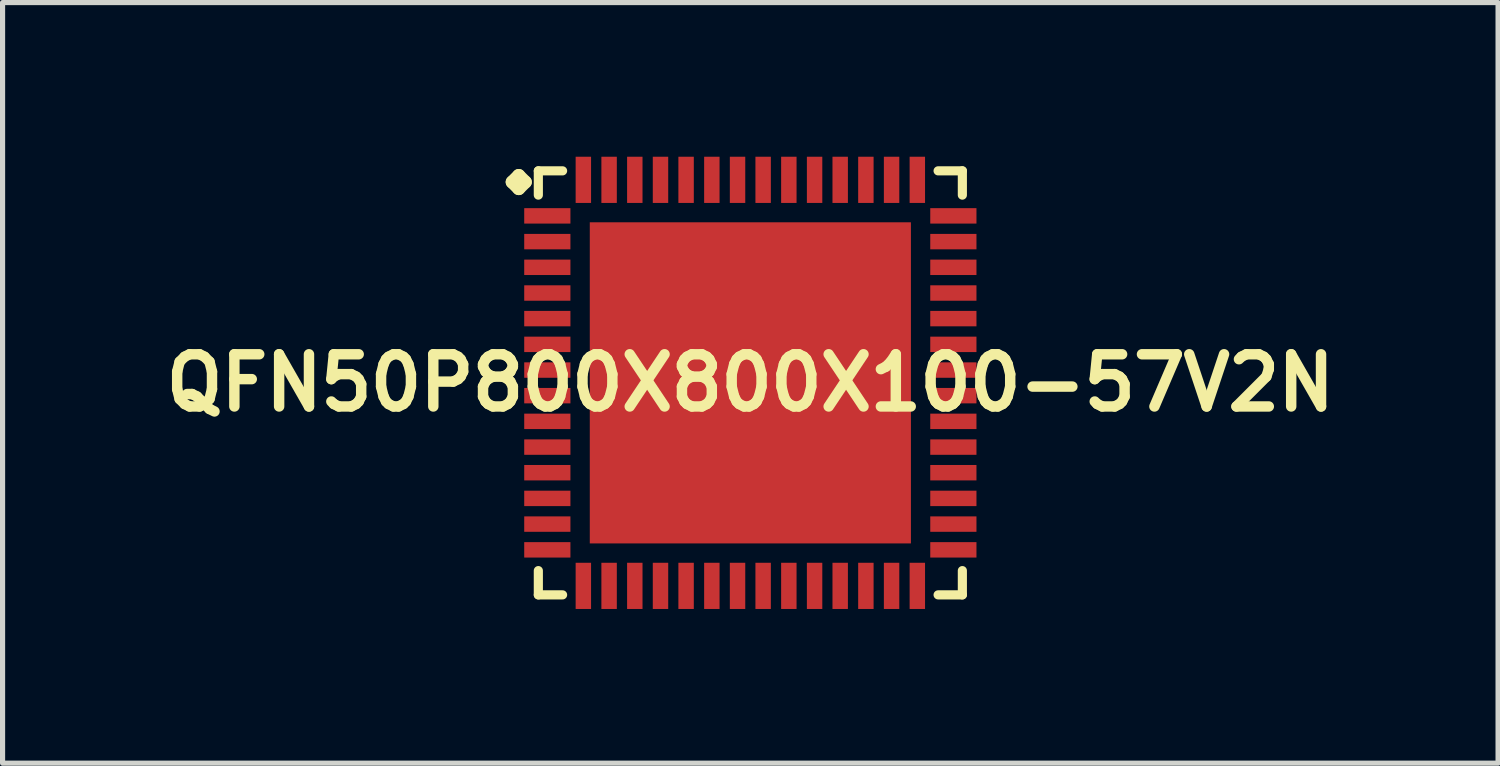
<source format=kicad_pcb>
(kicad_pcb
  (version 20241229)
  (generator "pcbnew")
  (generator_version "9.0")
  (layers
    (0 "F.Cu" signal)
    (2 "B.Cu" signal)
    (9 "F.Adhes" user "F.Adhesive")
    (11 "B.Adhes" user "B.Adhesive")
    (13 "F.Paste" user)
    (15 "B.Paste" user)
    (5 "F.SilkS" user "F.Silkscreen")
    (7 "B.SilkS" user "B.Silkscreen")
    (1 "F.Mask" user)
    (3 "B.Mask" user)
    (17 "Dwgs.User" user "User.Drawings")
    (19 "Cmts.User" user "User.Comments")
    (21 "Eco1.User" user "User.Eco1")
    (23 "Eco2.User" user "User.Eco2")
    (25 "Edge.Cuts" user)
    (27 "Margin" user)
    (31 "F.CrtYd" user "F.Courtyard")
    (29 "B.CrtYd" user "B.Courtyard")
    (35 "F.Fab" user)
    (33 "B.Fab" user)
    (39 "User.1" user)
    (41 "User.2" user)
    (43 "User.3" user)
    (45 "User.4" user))
  (footprint "QFN50P800X800X100-57V2N"
    (layer "F.Cu")
    (at 11.549 4.399)
    (property "Reference" "QFN50P800X800X100-57V2N" (at 0 0 0) (layer "F.SilkS") (effects (font (size 1.016 1.016) (thickness 0.203))))
    (attr smd)
    (fp_line (start -4.633 -3.907) (end -4.506 -4.034) (stroke (width 0.254) (type solid)) (layer "F.SilkS"))
    (fp_line (start -4.506 -4.034) (end -4.379 -3.907) (stroke (width 0.254) (type solid)) (layer "F.SilkS"))
    (fp_line (start -4.506 -3.78) (end -4.633 -3.907) (stroke (width 0.254) (type solid)) (layer "F.SilkS"))
    (fp_line (start -4.379 -3.907) (end -4.506 -3.78) (stroke (width 0.254) (type solid)) (layer "F.SilkS"))
    (fp_line (start -4.125 -4.125) (end -3.653 -4.125) (stroke (width 0.178) (type solid)) (layer "F.SilkS"))
    (fp_line (start -4.125 -3.653) (end -4.125 -4.125) (stroke (width 0.178) (type solid)) (layer "F.SilkS"))
    (fp_line (start -4.125 3.653) (end -4.125 4.125) (stroke (width 0.178) (type solid)) (layer "F.SilkS"))
    (fp_line (start -4.125 4.125) (end -3.653 4.125) (stroke (width 0.178) (type solid)) (layer "F.SilkS"))
    (fp_line (start 3.653 -4.125) (end 4.125 -4.125) (stroke (width 0.178) (type solid)) (layer "F.SilkS"))
    (fp_line (start 3.653 4.125) (end 4.125 4.125) (stroke (width 0.178) (type solid)) (layer "F.SilkS"))
    (fp_line (start 4.125 -4.125) (end 4.125 -3.653) (stroke (width 0.178) (type solid)) (layer "F.SilkS"))
    (fp_line (start 4.125 4.125) (end 4.125 3.653) (stroke (width 0.178) (type solid)) (layer "F.SilkS"))
    (pad "1" smd rect (at -3.95 -3.249) (size 0.899 0.3) (layers "F.Cu" "F.Mask" "F.Paste"))
    (pad "2" smd rect (at -3.95 -2.748) (size 0.899 0.3) (layers "F.Cu" "F.Mask" "F.Paste"))
    (pad "3" smd rect (at -3.95 -2.248) (size 0.899 0.3) (layers "F.Cu" "F.Mask" "F.Paste"))
    (pad "4" smd rect (at -3.95 -1.748) (size 0.899 0.3) (layers "F.Cu" "F.Mask" "F.Paste"))
    (pad "5" smd rect (at -3.95 -1.25) (size 0.899 0.3) (layers "F.Cu" "F.Mask" "F.Paste"))
    (pad "6" smd rect (at -3.95 -0.749) (size 0.899 0.3) (layers "F.Cu" "F.Mask" "F.Paste"))
    (pad "7" smd rect (at -3.95 -0.249) (size 0.899 0.3) (layers "F.Cu" "F.Mask" "F.Paste"))
    (pad "8" smd rect (at -3.95 0.249) (size 0.899 0.3) (layers "F.Cu" "F.Mask" "F.Paste"))
    (pad "9" smd rect (at -3.95 0.749) (size 0.899 0.3) (layers "F.Cu" "F.Mask" "F.Paste"))
    (pad "10" smd rect (at -3.95 1.25) (size 0.899 0.3) (layers "F.Cu" "F.Mask" "F.Paste"))
    (pad "11" smd rect (at -3.95 1.748) (size 0.899 0.3) (layers "F.Cu" "F.Mask" "F.Paste"))
    (pad "12" smd rect (at -3.95 2.248) (size 0.899 0.3) (layers "F.Cu" "F.Mask" "F.Paste"))
    (pad "13" smd rect (at -3.95 2.748) (size 0.899 0.3) (layers "F.Cu" "F.Mask" "F.Paste"))
    (pad "14" smd rect (at -3.95 3.249) (size 0.899 0.3) (layers "F.Cu" "F.Mask" "F.Paste"))
    (pad "15" smd rect (at -3.249 3.95) (size 0.3 0.899) (layers "F.Cu" "F.Mask" "F.Paste"))
    (pad "16" smd rect (at -2.748 3.95) (size 0.3 0.899) (layers "F.Cu" "F.Mask" "F.Paste"))
    (pad "17" smd rect (at -2.248 3.95) (size 0.3 0.899) (layers "F.Cu" "F.Mask" "F.Paste"))
    (pad "18" smd rect (at -1.748 3.95) (size 0.3 0.899) (layers "F.Cu" "F.Mask" "F.Paste"))
    (pad "19" smd rect (at -1.25 3.95) (size 0.3 0.899) (layers "F.Cu" "F.Mask" "F.Paste"))
    (pad "20" smd rect (at -0.749 3.95) (size 0.3 0.899) (layers "F.Cu" "F.Mask" "F.Paste"))
    (pad "21" smd rect (at -0.249 3.95) (size 0.3 0.899) (layers "F.Cu" "F.Mask" "F.Paste"))
    (pad "22" smd rect (at 0.249 3.95) (size 0.3 0.899) (layers "F.Cu" "F.Mask" "F.Paste"))
    (pad "23" smd rect (at 0.749 3.95) (size 0.3 0.899) (layers "F.Cu" "F.Mask" "F.Paste"))
    (pad "24" smd rect (at 1.25 3.95) (size 0.3 0.899) (layers "F.Cu" "F.Mask" "F.Paste"))
    (pad "25" smd rect (at 1.748 3.95) (size 0.3 0.899) (layers "F.Cu" "F.Mask" "F.Paste"))
    (pad "26" smd rect (at 2.248 3.95) (size 0.3 0.899) (layers "F.Cu" "F.Mask" "F.Paste"))
    (pad "27" smd rect (at 2.748 3.95) (size 0.3 0.899) (layers "F.Cu" "F.Mask" "F.Paste"))
    (pad "28" smd rect (at 3.249 3.95) (size 0.3 0.899) (layers "F.Cu" "F.Mask" "F.Paste"))
    (pad "29" smd rect (at 3.95 3.249) (size 0.899 0.3) (layers "F.Cu" "F.Mask" "F.Paste"))
    (pad "30" smd rect (at 3.95 2.748) (size 0.899 0.3) (layers "F.Cu" "F.Mask" "F.Paste"))
    (pad "31" smd rect (at 3.95 2.248) (size 0.899 0.3) (layers "F.Cu" "F.Mask" "F.Paste"))
    (pad "32" smd rect (at 3.95 1.748) (size 0.899 0.3) (layers "F.Cu" "F.Mask" "F.Paste"))
    (pad "33" smd rect (at 3.95 1.25) (size 0.899 0.3) (layers "F.Cu" "F.Mask" "F.Paste"))
    (pad "34" smd rect (at 3.95 0.749) (size 0.899 0.3) (layers "F.Cu" "F.Mask" "F.Paste"))
    (pad "35" smd rect (at 3.95 0.249) (size 0.899 0.3) (layers "F.Cu" "F.Mask" "F.Paste"))
    (pad "36" smd rect (at 3.95 -0.249) (size 0.899 0.3) (layers "F.Cu" "F.Mask" "F.Paste"))
    (pad "37" smd rect (at 3.95 -0.749) (size 0.899 0.3) (layers "F.Cu" "F.Mask" "F.Paste"))
    (pad "38" smd rect (at 3.95 -1.25) (size 0.899 0.3) (layers "F.Cu" "F.Mask" "F.Paste"))
    (pad "39" smd rect (at 3.95 -1.748) (size 0.899 0.3) (layers "F.Cu" "F.Mask" "F.Paste"))
    (pad "40" smd rect (at 3.95 -2.248) (size 0.899 0.3) (layers "F.Cu" "F.Mask" "F.Paste"))
    (pad "41" smd rect (at 3.95 -2.748) (size 0.899 0.3) (layers "F.Cu" "F.Mask" "F.Paste"))
    (pad "42" smd rect (at 3.95 -3.249) (size 0.899 0.3) (layers "F.Cu" "F.Mask" "F.Paste"))
    (pad "43" smd rect (at 3.249 -3.95) (size 0.3 0.899) (layers "F.Cu" "F.Mask" "F.Paste"))
    (pad "44" smd rect (at 2.748 -3.95) (size 0.3 0.899) (layers "F.Cu" "F.Mask" "F.Paste"))
    (pad "45" smd rect (at 2.248 -3.95) (size 0.3 0.899) (layers "F.Cu" "F.Mask" "F.Paste"))
    (pad "46" smd rect (at 1.748 -3.95) (size 0.3 0.899) (layers "F.Cu" "F.Mask" "F.Paste"))
    (pad "47" smd rect (at 1.25 -3.95) (size 0.3 0.899) (layers "F.Cu" "F.Mask" "F.Paste"))
    (pad "48" smd rect (at 0.749 -3.95) (size 0.3 0.899) (layers "F.Cu" "F.Mask" "F.Paste"))
    (pad "49" smd rect (at 0.249 -3.95) (size 0.3 0.899) (layers "F.Cu" "F.Mask" "F.Paste"))
    (pad "50" smd rect (at -0.249 -3.95) (size 0.3 0.899) (layers "F.Cu" "F.Mask" "F.Paste"))
    (pad "51" smd rect (at -0.749 -3.95) (size 0.3 0.899) (layers "F.Cu" "F.Mask" "F.Paste"))
    (pad "52" smd rect (at -1.25 -3.95) (size 0.3 0.899) (layers "F.Cu" "F.Mask" "F.Paste"))
    (pad "53" smd rect (at -1.748 -3.95) (size 0.3 0.899) (layers "F.Cu" "F.Mask" "F.Paste"))
    (pad "54" smd rect (at -2.248 -3.95) (size 0.3 0.899) (layers "F.Cu" "F.Mask" "F.Paste"))
    (pad "55" smd rect (at -2.748 -3.95) (size 0.3 0.899) (layers "F.Cu" "F.Mask" "F.Paste"))
    (pad "56" smd rect (at -3.249 -3.95) (size 0.3 0.899) (layers "F.Cu" "F.Mask" "F.Paste"))
    (pad "57" smd rect (at 0 0) (size 6.248 6.248) (layers "F.Cu" "F.Mask" "F.Paste")))
  (gr_rect
    (start -3 -3)
    (end 26.097 11.799)
    (stroke (width 0.1) (type default))
    (fill no)
    (layer "Edge.Cuts")))
</source>
